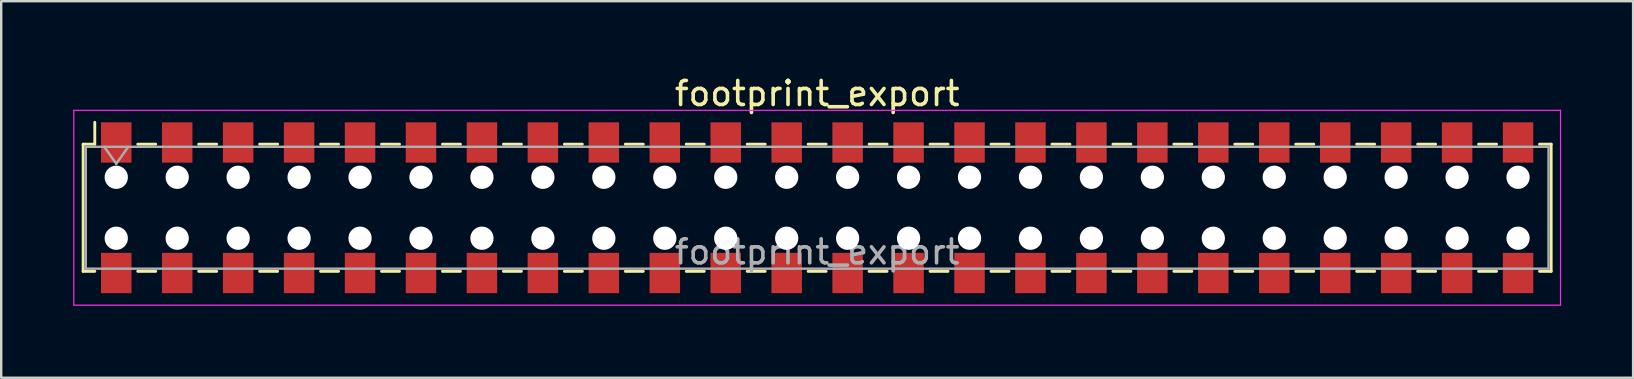
<source format=kicad_pcb>
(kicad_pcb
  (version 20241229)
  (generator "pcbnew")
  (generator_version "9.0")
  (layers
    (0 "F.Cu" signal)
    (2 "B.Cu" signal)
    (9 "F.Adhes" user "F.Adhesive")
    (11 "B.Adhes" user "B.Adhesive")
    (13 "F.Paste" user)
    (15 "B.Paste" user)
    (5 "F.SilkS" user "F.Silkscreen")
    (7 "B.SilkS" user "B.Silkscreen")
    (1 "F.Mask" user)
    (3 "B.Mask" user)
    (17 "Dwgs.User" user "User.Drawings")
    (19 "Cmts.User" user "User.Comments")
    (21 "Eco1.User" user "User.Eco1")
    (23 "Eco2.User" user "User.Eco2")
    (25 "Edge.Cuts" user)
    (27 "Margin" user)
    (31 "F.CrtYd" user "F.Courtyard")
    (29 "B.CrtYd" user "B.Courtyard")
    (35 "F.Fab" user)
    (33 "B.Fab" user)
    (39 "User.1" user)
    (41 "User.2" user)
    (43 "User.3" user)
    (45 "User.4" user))
  (footprint "footprint_export"
    (layer "F.Cu")
    (at 31.005 5.608)
    (property "Reference" "footprint_export" (at 0 -4.76 0) (layer "F.SilkS") (effects (font (size 1 1) (thickness 0.15))))
    (attr smd)
    (fp_line (start -30.59 -2.65) (end -30.59 2.65) (stroke (width 0.12) (type solid)) (layer "F.SilkS"))
    (fp_line (start -30.59 2.65) (end -30.105 2.65) (stroke (width 0.12) (type solid)) (layer "F.SilkS"))
    (fp_line (start -30.105 -3.56) (end -30.105 -2.65) (stroke (width 0.12) (type solid)) (layer "F.SilkS"))
    (fp_line (start -30.105 -2.65) (end -30.59 -2.65) (stroke (width 0.12) (type solid)) (layer "F.SilkS"))
    (fp_line (start -28.315 -2.65) (end -27.565 -2.65) (stroke (width 0.12) (type solid)) (layer "F.SilkS"))
    (fp_line (start -28.315 2.65) (end -27.565 2.65) (stroke (width 0.12) (type solid)) (layer "F.SilkS"))
    (fp_line (start -25.775 -2.65) (end -25.025 -2.65) (stroke (width 0.12) (type solid)) (layer "F.SilkS"))
    (fp_line (start -25.775 2.65) (end -25.025 2.65) (stroke (width 0.12) (type solid)) (layer "F.SilkS"))
    (fp_line (start -23.235 -2.65) (end -22.485 -2.65) (stroke (width 0.12) (type solid)) (layer "F.SilkS"))
    (fp_line (start -23.235 2.65) (end -22.485 2.65) (stroke (width 0.12) (type solid)) (layer "F.SilkS"))
    (fp_line (start -20.695 -2.65) (end -19.945 -2.65) (stroke (width 0.12) (type solid)) (layer "F.SilkS"))
    (fp_line (start -20.695 2.65) (end -19.945 2.65) (stroke (width 0.12) (type solid)) (layer "F.SilkS"))
    (fp_line (start -18.155 -2.65) (end -17.405 -2.65) (stroke (width 0.12) (type solid)) (layer "F.SilkS"))
    (fp_line (start -18.155 2.65) (end -17.405 2.65) (stroke (width 0.12) (type solid)) (layer "F.SilkS"))
    (fp_line (start -15.615 -2.65) (end -14.865 -2.65) (stroke (width 0.12) (type solid)) (layer "F.SilkS"))
    (fp_line (start -15.615 2.65) (end -14.865 2.65) (stroke (width 0.12) (type solid)) (layer "F.SilkS"))
    (fp_line (start -13.075 -2.65) (end -12.325 -2.65) (stroke (width 0.12) (type solid)) (layer "F.SilkS"))
    (fp_line (start -13.075 2.65) (end -12.325 2.65) (stroke (width 0.12) (type solid)) (layer "F.SilkS"))
    (fp_line (start -10.535 -2.65) (end -9.785 -2.65) (stroke (width 0.12) (type solid)) (layer "F.SilkS"))
    (fp_line (start -10.535 2.65) (end -9.785 2.65) (stroke (width 0.12) (type solid)) (layer "F.SilkS"))
    (fp_line (start -7.995 -2.65) (end -7.245 -2.65) (stroke (width 0.12) (type solid)) (layer "F.SilkS"))
    (fp_line (start -7.995 2.65) (end -7.245 2.65) (stroke (width 0.12) (type solid)) (layer "F.SilkS"))
    (fp_line (start -5.455 -2.65) (end -4.705 -2.65) (stroke (width 0.12) (type solid)) (layer "F.SilkS"))
    (fp_line (start -5.455 2.65) (end -4.705 2.65) (stroke (width 0.12) (type solid)) (layer "F.SilkS"))
    (fp_line (start -2.915 -2.65) (end -2.165 -2.65) (stroke (width 0.12) (type solid)) (layer "F.SilkS"))
    (fp_line (start -2.915 2.65) (end -2.165 2.65) (stroke (width 0.12) (type solid)) (layer "F.SilkS"))
    (fp_line (start -0.375 -2.65) (end 0.375 -2.65) (stroke (width 0.12) (type solid)) (layer "F.SilkS"))
    (fp_line (start -0.375 2.65) (end 0.375 2.65) (stroke (width 0.12) (type solid)) (layer "F.SilkS"))
    (fp_line (start 2.165 -2.65) (end 2.915 -2.65) (stroke (width 0.12) (type solid)) (layer "F.SilkS"))
    (fp_line (start 2.165 2.65) (end 2.915 2.65) (stroke (width 0.12) (type solid)) (layer "F.SilkS"))
    (fp_line (start 4.705 -2.65) (end 5.455 -2.65) (stroke (width 0.12) (type solid)) (layer "F.SilkS"))
    (fp_line (start 4.705 2.65) (end 5.455 2.65) (stroke (width 0.12) (type solid)) (layer "F.SilkS"))
    (fp_line (start 7.245 -2.65) (end 7.995 -2.65) (stroke (width 0.12) (type solid)) (layer "F.SilkS"))
    (fp_line (start 7.245 2.65) (end 7.995 2.65) (stroke (width 0.12) (type solid)) (layer "F.SilkS"))
    (fp_line (start 9.785 -2.65) (end 10.535 -2.65) (stroke (width 0.12) (type solid)) (layer "F.SilkS"))
    (fp_line (start 9.785 2.65) (end 10.535 2.65) (stroke (width 0.12) (type solid)) (layer "F.SilkS"))
    (fp_line (start 12.325 -2.65) (end 13.075 -2.65) (stroke (width 0.12) (type solid)) (layer "F.SilkS"))
    (fp_line (start 12.325 2.65) (end 13.075 2.65) (stroke (width 0.12) (type solid)) (layer "F.SilkS"))
    (fp_line (start 14.865 -2.65) (end 15.615 -2.65) (stroke (width 0.12) (type solid)) (layer "F.SilkS"))
    (fp_line (start 14.865 2.65) (end 15.615 2.65) (stroke (width 0.12) (type solid)) (layer "F.SilkS"))
    (fp_line (start 17.405 -2.65) (end 18.155 -2.65) (stroke (width 0.12) (type solid)) (layer "F.SilkS"))
    (fp_line (start 17.405 2.65) (end 18.155 2.65) (stroke (width 0.12) (type solid)) (layer "F.SilkS"))
    (fp_line (start 19.945 -2.65) (end 20.695 -2.65) (stroke (width 0.12) (type solid)) (layer "F.SilkS"))
    (fp_line (start 19.945 2.65) (end 20.695 2.65) (stroke (width 0.12) (type solid)) (layer "F.SilkS"))
    (fp_line (start 22.485 -2.65) (end 23.235 -2.65) (stroke (width 0.12) (type solid)) (layer "F.SilkS"))
    (fp_line (start 22.485 2.65) (end 23.235 2.65) (stroke (width 0.12) (type solid)) (layer "F.SilkS"))
    (fp_line (start 25.025 -2.65) (end 25.775 -2.65) (stroke (width 0.12) (type solid)) (layer "F.SilkS"))
    (fp_line (start 25.025 2.65) (end 25.775 2.65) (stroke (width 0.12) (type solid)) (layer "F.SilkS"))
    (fp_line (start 27.565 -2.65) (end 28.315 -2.65) (stroke (width 0.12) (type solid)) (layer "F.SilkS"))
    (fp_line (start 27.565 2.65) (end 28.315 2.65) (stroke (width 0.12) (type solid)) (layer "F.SilkS"))
    (fp_line (start 30.105 -2.65) (end 30.59 -2.65) (stroke (width 0.12) (type solid)) (layer "F.SilkS"))
    (fp_line (start 30.59 -2.65) (end 30.59 2.65) (stroke (width 0.12) (type solid)) (layer "F.SilkS"))
    (fp_line (start 30.59 2.65) (end 30.105 2.65) (stroke (width 0.12) (type solid)) (layer "F.SilkS"))
    (fp_line (start -30.98 -4.06) (end 30.98 -4.06) (stroke (width 0.05) (type solid)) (layer "F.CrtYd"))
    (fp_line (start -30.98 4.06) (end -30.98 -4.06) (stroke (width 0.05) (type solid)) (layer "F.CrtYd"))
    (fp_line (start 30.98 -4.06) (end 30.98 4.06) (stroke (width 0.05) (type solid)) (layer "F.CrtYd"))
    (fp_line (start 30.98 4.06) (end -30.98 4.06) (stroke (width 0.05) (type solid)) (layer "F.CrtYd"))
    (fp_line (start -30.48 -2.54) (end 30.48 -2.54) (stroke (width 0.1) (type solid)) (layer "F.Fab"))
    (fp_line (start -30.48 2.54) (end -30.48 -2.54) (stroke (width 0.1) (type solid)) (layer "F.Fab"))
    (fp_line (start -29.71 -2.54) (end -29.21 -1.833) (stroke (width 0.1) (type solid)) (layer "F.Fab"))
    (fp_line (start -29.21 -1.833) (end -28.71 -2.54) (stroke (width 0.1) (type solid)) (layer "F.Fab"))
    (fp_line (start 30.48 -2.54) (end 30.48 2.54) (stroke (width 0.1) (type solid)) (layer "F.Fab"))
    (fp_line (start 30.48 2.54) (end -30.48 2.54) (stroke (width 0.1) (type solid)) (layer "F.Fab"))
    (fp_text user "${REFERENCE}" (at 0 1.84 0) (layer "F.Fab") (effects (font (size 1 1) (thickness 0.15))))
    (pad "" np_thru_hole circle (at -29.21 -1.27) (size 0.97 0.97) (drill 0.97) (layers "*.Cu" "*.Mask"))
    (pad "" np_thru_hole circle (at -29.21 1.27) (size 0.97 0.97) (drill 0.97) (layers "*.Cu" "*.Mask"))
    (pad "" np_thru_hole circle (at -26.67 -1.27) (size 0.97 0.97) (drill 0.97) (layers "*.Cu" "*.Mask"))
    (pad "" np_thru_hole circle (at -26.67 1.27) (size 0.97 0.97) (drill 0.97) (layers "*.Cu" "*.Mask"))
    (pad "" np_thru_hole circle (at -24.13 -1.27) (size 0.97 0.97) (drill 0.97) (layers "*.Cu" "*.Mask"))
    (pad "" np_thru_hole circle (at -24.13 1.27) (size 0.97 0.97) (drill 0.97) (layers "*.Cu" "*.Mask"))
    (pad "" np_thru_hole circle (at -21.59 -1.27) (size 0.97 0.97) (drill 0.97) (layers "*.Cu" "*.Mask"))
    (pad "" np_thru_hole circle (at -21.59 1.27) (size 0.97 0.97) (drill 0.97) (layers "*.Cu" "*.Mask"))
    (pad "" np_thru_hole circle (at -19.05 -1.27) (size 0.97 0.97) (drill 0.97) (layers "*.Cu" "*.Mask"))
    (pad "" np_thru_hole circle (at -19.05 1.27) (size 0.97 0.97) (drill 0.97) (layers "*.Cu" "*.Mask"))
    (pad "" np_thru_hole circle (at -16.51 -1.27) (size 0.97 0.97) (drill 0.97) (layers "*.Cu" "*.Mask"))
    (pad "" np_thru_hole circle (at -16.51 1.27) (size 0.97 0.97) (drill 0.97) (layers "*.Cu" "*.Mask"))
    (pad "" np_thru_hole circle (at -13.97 -1.27) (size 0.97 0.97) (drill 0.97) (layers "*.Cu" "*.Mask"))
    (pad "" np_thru_hole circle (at -13.97 1.27) (size 0.97 0.97) (drill 0.97) (layers "*.Cu" "*.Mask"))
    (pad "" np_thru_hole circle (at -11.43 -1.27) (size 0.97 0.97) (drill 0.97) (layers "*.Cu" "*.Mask"))
    (pad "" np_thru_hole circle (at -11.43 1.27) (size 0.97 0.97) (drill 0.97) (layers "*.Cu" "*.Mask"))
    (pad "" np_thru_hole circle (at -8.89 -1.27) (size 0.97 0.97) (drill 0.97) (layers "*.Cu" "*.Mask"))
    (pad "" np_thru_hole circle (at -8.89 1.27) (size 0.97 0.97) (drill 0.97) (layers "*.Cu" "*.Mask"))
    (pad "" np_thru_hole circle (at -6.35 -1.27) (size 0.97 0.97) (drill 0.97) (layers "*.Cu" "*.Mask"))
    (pad "" np_thru_hole circle (at -6.35 1.27) (size 0.97 0.97) (drill 0.97) (layers "*.Cu" "*.Mask"))
    (pad "" np_thru_hole circle (at -3.81 -1.27) (size 0.97 0.97) (drill 0.97) (layers "*.Cu" "*.Mask"))
    (pad "" np_thru_hole circle (at -3.81 1.27) (size 0.97 0.97) (drill 0.97) (layers "*.Cu" "*.Mask"))
    (pad "" np_thru_hole circle (at -1.27 -1.27) (size 0.97 0.97) (drill 0.97) (layers "*.Cu" "*.Mask"))
    (pad "" np_thru_hole circle (at -1.27 1.27) (size 0.97 0.97) (drill 0.97) (layers "*.Cu" "*.Mask"))
    (pad "" np_thru_hole circle (at 1.27 -1.27) (size 0.97 0.97) (drill 0.97) (layers "*.Cu" "*.Mask"))
    (pad "" np_thru_hole circle (at 1.27 1.27) (size 0.97 0.97) (drill 0.97) (layers "*.Cu" "*.Mask"))
    (pad "" np_thru_hole circle (at 3.81 -1.27) (size 0.97 0.97) (drill 0.97) (layers "*.Cu" "*.Mask"))
    (pad "" np_thru_hole circle (at 3.81 1.27) (size 0.97 0.97) (drill 0.97) (layers "*.Cu" "*.Mask"))
    (pad "" np_thru_hole circle (at 6.35 -1.27) (size 0.97 0.97) (drill 0.97) (layers "*.Cu" "*.Mask"))
    (pad "" np_thru_hole circle (at 6.35 1.27) (size 0.97 0.97) (drill 0.97) (layers "*.Cu" "*.Mask"))
    (pad "" np_thru_hole circle (at 8.89 -1.27) (size 0.97 0.97) (drill 0.97) (layers "*.Cu" "*.Mask"))
    (pad "" np_thru_hole circle (at 8.89 1.27) (size 0.97 0.97) (drill 0.97) (layers "*.Cu" "*.Mask"))
    (pad "" np_thru_hole circle (at 11.43 -1.27) (size 0.97 0.97) (drill 0.97) (layers "*.Cu" "*.Mask"))
    (pad "" np_thru_hole circle (at 11.43 1.27) (size 0.97 0.97) (drill 0.97) (layers "*.Cu" "*.Mask"))
    (pad "" np_thru_hole circle (at 13.97 -1.27) (size 0.97 0.97) (drill 0.97) (layers "*.Cu" "*.Mask"))
    (pad "" np_thru_hole circle (at 13.97 1.27) (size 0.97 0.97) (drill 0.97) (layers "*.Cu" "*.Mask"))
    (pad "" np_thru_hole circle (at 16.51 -1.27) (size 0.97 0.97) (drill 0.97) (layers "*.Cu" "*.Mask"))
    (pad "" np_thru_hole circle (at 16.51 1.27) (size 0.97 0.97) (drill 0.97) (layers "*.Cu" "*.Mask"))
    (pad "" np_thru_hole circle (at 19.05 -1.27) (size 0.97 0.97) (drill 0.97) (layers "*.Cu" "*.Mask"))
    (pad "" np_thru_hole circle (at 19.05 1.27) (size 0.97 0.97) (drill 0.97) (layers "*.Cu" "*.Mask"))
    (pad "" np_thru_hole circle (at 21.59 -1.27) (size 0.97 0.97) (drill 0.97) (layers "*.Cu" "*.Mask"))
    (pad "" np_thru_hole circle (at 21.59 1.27) (size 0.97 0.97) (drill 0.97) (layers "*.Cu" "*.Mask"))
    (pad "" np_thru_hole circle (at 24.13 -1.27) (size 0.97 0.97) (drill 0.97) (layers "*.Cu" "*.Mask"))
    (pad "" np_thru_hole circle (at 24.13 1.27) (size 0.97 0.97) (drill 0.97) (layers "*.Cu" "*.Mask"))
    (pad "" np_thru_hole circle (at 26.67 -1.27) (size 0.97 0.97) (drill 0.97) (layers "*.Cu" "*.Mask"))
    (pad "" np_thru_hole circle (at 26.67 1.27) (size 0.97 0.97) (drill 0.97) (layers "*.Cu" "*.Mask"))
    (pad "" np_thru_hole circle (at 29.21 -1.27) (size 0.97 0.97) (drill 0.97) (layers "*.Cu" "*.Mask"))
    (pad "" np_thru_hole circle (at 29.21 1.27) (size 0.97 0.97) (drill 0.97) (layers "*.Cu" "*.Mask"))
    (pad "1" smd rect (at -29.21 -2.72) (size 1.27 1.68) (layers "F.Cu" "F.Mask" "F.Paste"))
    (pad "2" smd rect (at -29.21 2.72) (size 1.27 1.68) (layers "F.Cu" "F.Mask" "F.Paste"))
    (pad "3" smd rect (at -26.67 -2.72) (size 1.27 1.68) (layers "F.Cu" "F.Mask" "F.Paste"))
    (pad "4" smd rect (at -26.67 2.72) (size 1.27 1.68) (layers "F.Cu" "F.Mask" "F.Paste"))
    (pad "5" smd rect (at -24.13 -2.72) (size 1.27 1.68) (layers "F.Cu" "F.Mask" "F.Paste"))
    (pad "6" smd rect (at -24.13 2.72) (size 1.27 1.68) (layers "F.Cu" "F.Mask" "F.Paste"))
    (pad "7" smd rect (at -21.59 -2.72) (size 1.27 1.68) (layers "F.Cu" "F.Mask" "F.Paste"))
    (pad "8" smd rect (at -21.59 2.72) (size 1.27 1.68) (layers "F.Cu" "F.Mask" "F.Paste"))
    (pad "9" smd rect (at -19.05 -2.72) (size 1.27 1.68) (layers "F.Cu" "F.Mask" "F.Paste"))
    (pad "10" smd rect (at -19.05 2.72) (size 1.27 1.68) (layers "F.Cu" "F.Mask" "F.Paste"))
    (pad "11" smd rect (at -16.51 -2.72) (size 1.27 1.68) (layers "F.Cu" "F.Mask" "F.Paste"))
    (pad "12" smd rect (at -16.51 2.72) (size 1.27 1.68) (layers "F.Cu" "F.Mask" "F.Paste"))
    (pad "13" smd rect (at -13.97 -2.72) (size 1.27 1.68) (layers "F.Cu" "F.Mask" "F.Paste"))
    (pad "14" smd rect (at -13.97 2.72) (size 1.27 1.68) (layers "F.Cu" "F.Mask" "F.Paste"))
    (pad "15" smd rect (at -11.43 -2.72) (size 1.27 1.68) (layers "F.Cu" "F.Mask" "F.Paste"))
    (pad "16" smd rect (at -11.43 2.72) (size 1.27 1.68) (layers "F.Cu" "F.Mask" "F.Paste"))
    (pad "17" smd rect (at -8.89 -2.72) (size 1.27 1.68) (layers "F.Cu" "F.Mask" "F.Paste"))
    (pad "18" smd rect (at -8.89 2.72) (size 1.27 1.68) (layers "F.Cu" "F.Mask" "F.Paste"))
    (pad "19" smd rect (at -6.35 -2.72) (size 1.27 1.68) (layers "F.Cu" "F.Mask" "F.Paste"))
    (pad "20" smd rect (at -6.35 2.72) (size 1.27 1.68) (layers "F.Cu" "F.Mask" "F.Paste"))
    (pad "21" smd rect (at -3.81 -2.72) (size 1.27 1.68) (layers "F.Cu" "F.Mask" "F.Paste"))
    (pad "22" smd rect (at -3.81 2.72) (size 1.27 1.68) (layers "F.Cu" "F.Mask" "F.Paste"))
    (pad "23" smd rect (at -1.27 -2.72) (size 1.27 1.68) (layers "F.Cu" "F.Mask" "F.Paste"))
    (pad "24" smd rect (at -1.27 2.72) (size 1.27 1.68) (layers "F.Cu" "F.Mask" "F.Paste"))
    (pad "25" smd rect (at 1.27 -2.72) (size 1.27 1.68) (layers "F.Cu" "F.Mask" "F.Paste"))
    (pad "26" smd rect (at 1.27 2.72) (size 1.27 1.68) (layers "F.Cu" "F.Mask" "F.Paste"))
    (pad "27" smd rect (at 3.81 -2.72) (size 1.27 1.68) (layers "F.Cu" "F.Mask" "F.Paste"))
    (pad "28" smd rect (at 3.81 2.72) (size 1.27 1.68) (layers "F.Cu" "F.Mask" "F.Paste"))
    (pad "29" smd rect (at 6.35 -2.72) (size 1.27 1.68) (layers "F.Cu" "F.Mask" "F.Paste"))
    (pad "30" smd rect (at 6.35 2.72) (size 1.27 1.68) (layers "F.Cu" "F.Mask" "F.Paste"))
    (pad "31" smd rect (at 8.89 -2.72) (size 1.27 1.68) (layers "F.Cu" "F.Mask" "F.Paste"))
    (pad "32" smd rect (at 8.89 2.72) (size 1.27 1.68) (layers "F.Cu" "F.Mask" "F.Paste"))
    (pad "33" smd rect (at 11.43 -2.72) (size 1.27 1.68) (layers "F.Cu" "F.Mask" "F.Paste"))
    (pad "34" smd rect (at 11.43 2.72) (size 1.27 1.68) (layers "F.Cu" "F.Mask" "F.Paste"))
    (pad "35" smd rect (at 13.97 -2.72) (size 1.27 1.68) (layers "F.Cu" "F.Mask" "F.Paste"))
    (pad "36" smd rect (at 13.97 2.72) (size 1.27 1.68) (layers "F.Cu" "F.Mask" "F.Paste"))
    (pad "37" smd rect (at 16.51 -2.72) (size 1.27 1.68) (layers "F.Cu" "F.Mask" "F.Paste"))
    (pad "38" smd rect (at 16.51 2.72) (size 1.27 1.68) (layers "F.Cu" "F.Mask" "F.Paste"))
    (pad "39" smd rect (at 19.05 -2.72) (size 1.27 1.68) (layers "F.Cu" "F.Mask" "F.Paste"))
    (pad "40" smd rect (at 19.05 2.72) (size 1.27 1.68) (layers "F.Cu" "F.Mask" "F.Paste"))
    (pad "41" smd rect (at 21.59 -2.72) (size 1.27 1.68) (layers "F.Cu" "F.Mask" "F.Paste"))
    (pad "42" smd rect (at 21.59 2.72) (size 1.27 1.68) (layers "F.Cu" "F.Mask" "F.Paste"))
    (pad "43" smd rect (at 24.13 -2.72) (size 1.27 1.68) (layers "F.Cu" "F.Mask" "F.Paste"))
    (pad "44" smd rect (at 24.13 2.72) (size 1.27 1.68) (layers "F.Cu" "F.Mask" "F.Paste"))
    (pad "45" smd rect (at 26.67 -2.72) (size 1.27 1.68) (layers "F.Cu" "F.Mask" "F.Paste"))
    (pad "46" smd rect (at 26.67 2.72) (size 1.27 1.68) (layers "F.Cu" "F.Mask" "F.Paste"))
    (pad "47" smd rect (at 29.21 -2.72) (size 1.27 1.68) (layers "F.Cu" "F.Mask" "F.Paste"))
    (pad "48" smd rect (at 29.21 2.72) (size 1.27 1.68) (layers "F.Cu" "F.Mask" "F.Paste")))
  (gr_rect
    (start -3 -3)
    (end 65.01 12.693)
    (stroke (width 0.1) (type default))
    (fill no)
    (layer "Edge.Cuts")))
</source>
